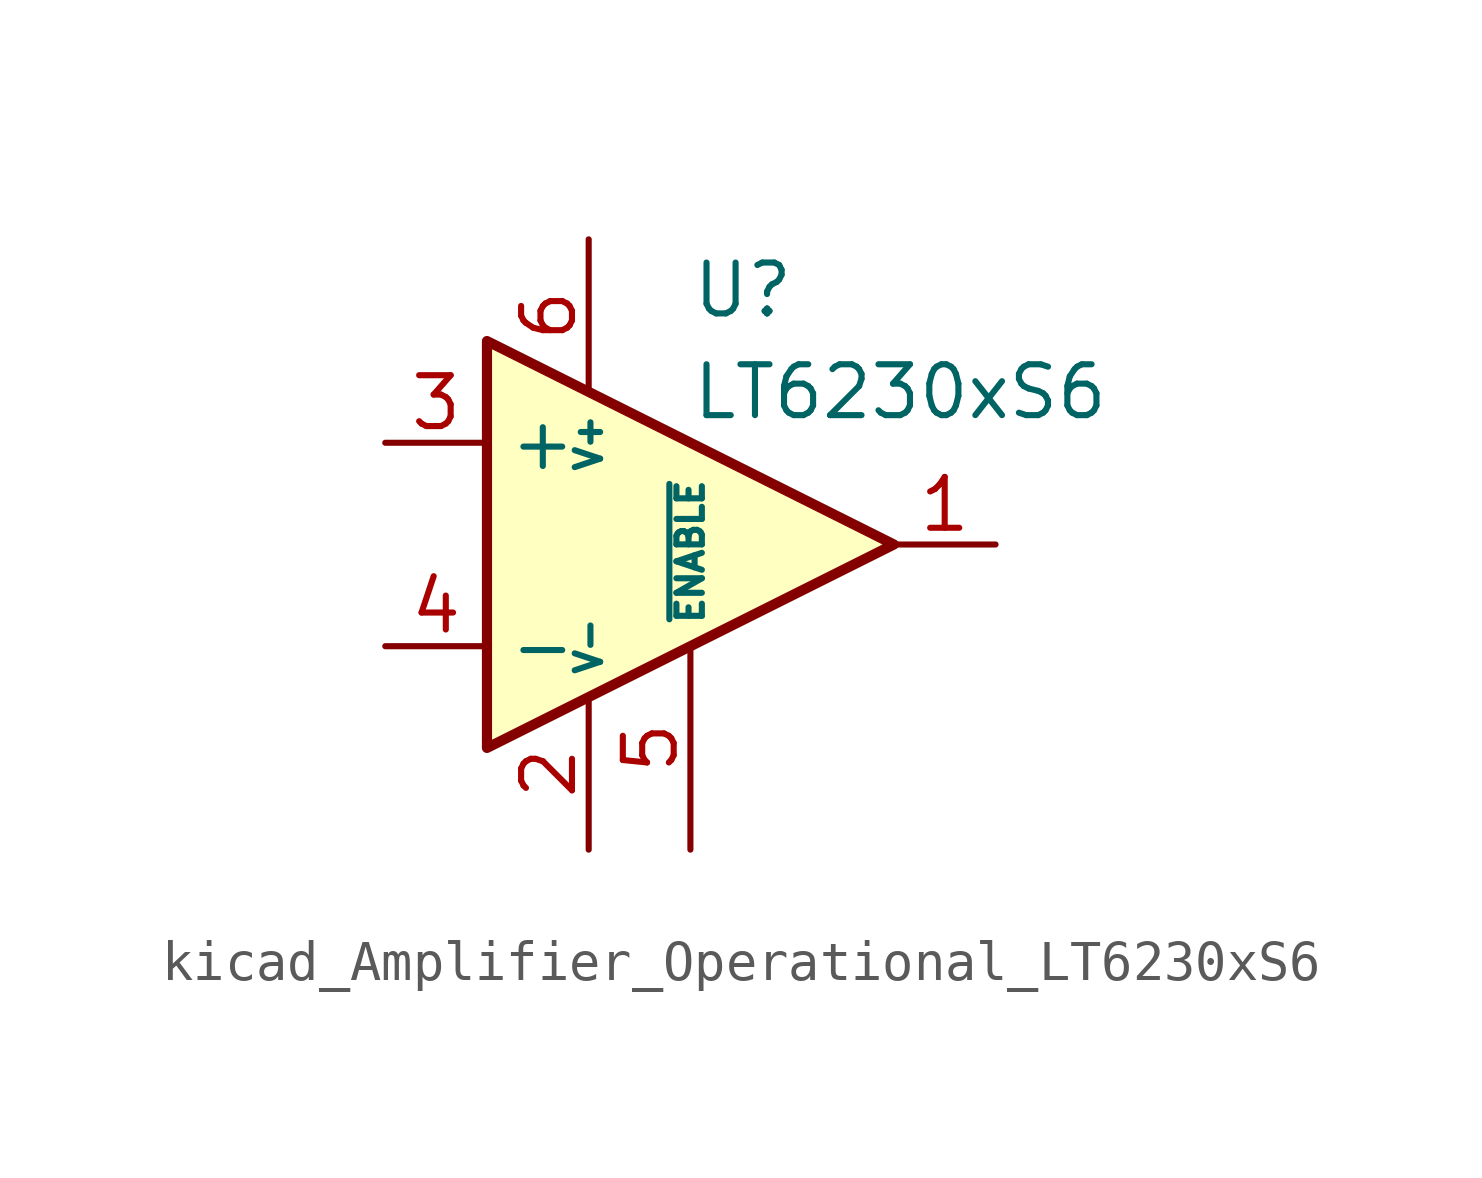
<source format=kicad_sym>
(kicad_symbol_lib
  (version 20220914)
  (generator kicad_symbol_editor)
  (symbol "kicad_Amplifier_Operational_LT6230xS6"
    (property "Reference" "U"
      (at 0 6.35 0)
      (effects (font (size 1.27 1.27)) (justify left)))
    (property "Value" "LT6230xS6"
      (at 0 3.81 0)
      (effects (font (size 1.27 1.27)) (justify left)))
    (symbol "kicad_Amplifier_Operational_LT6230xS6_1_1"
      (polyline (pts (xy -5.08 5.08) (xy 5.08 0) (xy -5.08 -5.08) (xy -5.08 5.08)) (stroke (width 0.254) (type default)) (fill (type background)))
      (pin output line (at 7.62 0 180) (length 2.54) (name "~" (effects (font (size 1.27 1.27)))) (number "1" (effects (font (size 1.27 1.27)))))
      (pin power_in line (at -2.54 -7.62 90) (length 3.81) (name "V-" (effects (font (size 0.635 0.635)))) (number "2" (effects (font (size 1.27 1.27)))))
      (pin input line (at -7.62 2.54 0) (length 2.54) (name "+" (effects (font (size 1.27 1.27)))) (number "3" (effects (font (size 1.27 1.27)))))
      (pin input line (at -7.62 -2.54 0) (length 2.54) (name "-" (effects (font (size 1.27 1.27)))) (number "4" (effects (font (size 1.27 1.27)))))
      (pin input line (at 0 -7.62 90) (length 5.08) (name "~{ENABLE}" (effects (font (size 0.635 0.635)))) (number "5" (effects (font (size 1.27 1.27)))))
      (pin power_in line (at -2.54 7.62 270) (length 3.81) (name "V+" (effects (font (size 0.635 0.635)))) (number "6" (effects (font (size 1.27 1.27))))))))
</source>
